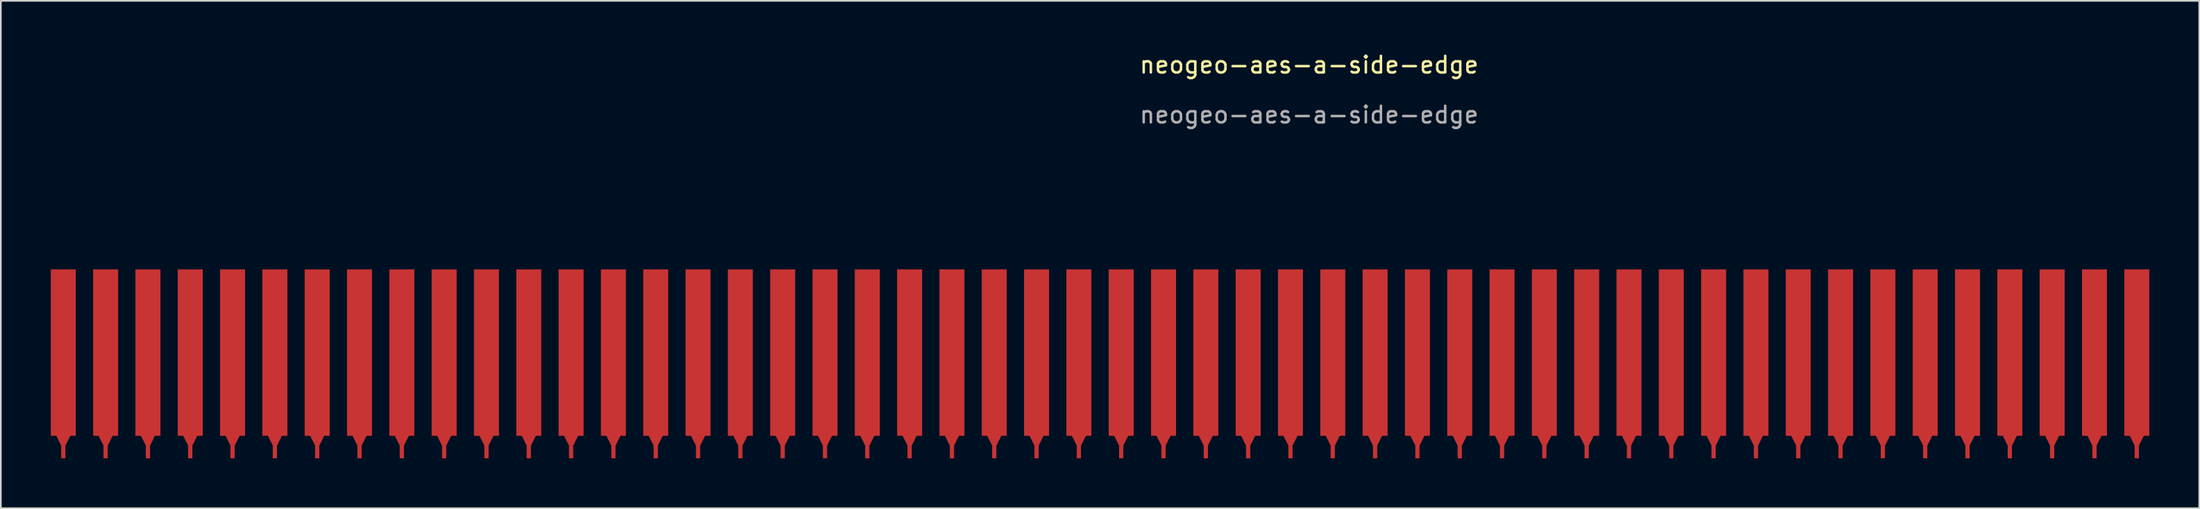
<source format=kicad_pcb>
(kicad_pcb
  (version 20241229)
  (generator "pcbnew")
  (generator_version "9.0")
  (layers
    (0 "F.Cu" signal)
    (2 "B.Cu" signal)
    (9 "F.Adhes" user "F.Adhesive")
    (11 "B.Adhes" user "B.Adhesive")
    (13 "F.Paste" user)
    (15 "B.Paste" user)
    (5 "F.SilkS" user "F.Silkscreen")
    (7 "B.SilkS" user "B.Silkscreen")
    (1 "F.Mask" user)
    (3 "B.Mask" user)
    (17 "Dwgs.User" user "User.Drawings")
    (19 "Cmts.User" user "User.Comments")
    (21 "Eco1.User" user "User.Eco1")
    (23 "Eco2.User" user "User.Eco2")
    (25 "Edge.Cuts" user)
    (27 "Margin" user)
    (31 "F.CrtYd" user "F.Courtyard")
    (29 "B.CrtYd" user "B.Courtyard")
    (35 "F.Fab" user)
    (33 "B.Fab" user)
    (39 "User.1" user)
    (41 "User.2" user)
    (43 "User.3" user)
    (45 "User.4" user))
  (footprint "neogeo-aes-a-side-edge"
    (layer "F.Cu")
    (at 64.25 18.138)
    (property "Reference" "neogeo-aes-a-side-edge" (at 11.28 -17.29 0) (unlocked yes) (layer "F.SilkS") (effects (font (size 1 1) (thickness 0.15))))
    (attr smd)
    (fp_text user "${REFERENCE}" (at 11.28 -14.29 0) (unlocked yes) (layer "F.Fab") (effects (font (size 1 1) (thickness 0.15))))
    (pad "1" connect custom (at 60.96 0) (size 1.5 10) (layers "F.Cu" "F.Mask") (options (anchor rect)) (primitives (gr_poly (pts (xy 0 5.842) (xy -0.508 4.826) (xy 0.508 4.826)) (width 0) (fill yes)) (gr_rect (start -0.127 5) (end 0.127 6.35) (width 0) (fill yes))))
    (pad "2" connect custom (at 58.42 0) (size 1.5 10) (layers "F.Cu" "F.Mask") (options (anchor rect)) (primitives (gr_poly (pts (xy 0 5.842) (xy -0.508 4.826) (xy 0.508 4.826)) (width 0) (fill yes)) (gr_rect (start -0.127 5) (end 0.127 6.35) (width 0) (fill yes))))
    (pad "3" connect custom (at 55.88 0) (size 1.5 10) (layers "F.Cu" "F.Mask") (options (anchor rect)) (primitives (gr_poly (pts (xy 0 5.842) (xy -0.508 4.826) (xy 0.508 4.826)) (width 0) (fill yes)) (gr_rect (start -0.127 5) (end 0.127 6.35) (width 0) (fill yes))))
    (pad "4" connect custom (at 53.34 0) (size 1.5 10) (layers "F.Cu" "F.Mask") (options (anchor rect)) (primitives (gr_poly (pts (xy 0 5.842) (xy -0.508 4.826) (xy 0.508 4.826)) (width 0) (fill yes)) (gr_rect (start -0.127 5) (end 0.127 6.35) (width 0) (fill yes))))
    (pad "5" connect custom (at 50.8 0) (size 1.5 10) (layers "F.Cu" "F.Mask") (options (anchor rect)) (primitives (gr_poly (pts (xy 0 5.842) (xy -0.508 4.826) (xy 0.508 4.826)) (width 0) (fill yes)) (gr_rect (start -0.127 5) (end 0.127 6.35) (width 0) (fill yes))))
    (pad "6" connect custom (at 48.26 0) (size 1.5 10) (layers "F.Cu" "F.Mask") (options (anchor rect)) (primitives (gr_poly (pts (xy 0 5.842) (xy -0.508 4.826) (xy 0.508 4.826)) (width 0) (fill yes)) (gr_rect (start -0.127 5) (end 0.127 6.35) (width 0) (fill yes))))
    (pad "7" connect custom (at 45.72 0) (size 1.5 10) (layers "F.Cu" "F.Mask") (options (anchor rect)) (primitives (gr_poly (pts (xy 0 5.842) (xy -0.508 4.826) (xy 0.508 4.826)) (width 0) (fill yes)) (gr_rect (start -0.127 5) (end 0.127 6.35) (width 0) (fill yes))))
    (pad "8" connect custom (at 43.18 0) (size 1.5 10) (layers "F.Cu" "F.Mask") (options (anchor rect)) (primitives (gr_poly (pts (xy 0 5.842) (xy -0.508 4.826) (xy 0.508 4.826)) (width 0) (fill yes)) (gr_rect (start -0.127 5) (end 0.127 6.35) (width 0) (fill yes))))
    (pad "9" connect custom (at 40.64 0) (size 1.5 10) (layers "F.Cu" "F.Mask") (options (anchor rect)) (primitives (gr_poly (pts (xy 0 5.842) (xy -0.508 4.826) (xy 0.508 4.826)) (width 0) (fill yes)) (gr_rect (start -0.127 5) (end 0.127 6.35) (width 0) (fill yes))))
    (pad "10" connect custom (at 38.1 0) (size 1.5 10) (layers "F.Cu" "F.Mask") (options (anchor rect)) (primitives (gr_poly (pts (xy 0 5.842) (xy -0.508 4.826) (xy 0.508 4.826)) (width 0) (fill yes)) (gr_rect (start -0.127 5) (end 0.127 6.35) (width 0) (fill yes))))
    (pad "11" connect custom (at 35.56 0) (size 1.5 10) (layers "F.Cu" "F.Mask") (options (anchor rect)) (primitives (gr_poly (pts (xy 0 5.842) (xy -0.508 4.826) (xy 0.508 4.826)) (width 0) (fill yes)) (gr_rect (start -0.127 5) (end 0.127 6.35) (width 0) (fill yes))))
    (pad "12" connect custom (at 33.02 0) (size 1.5 10) (layers "F.Cu" "F.Mask") (options (anchor rect)) (primitives (gr_poly (pts (xy 0 5.842) (xy -0.508 4.826) (xy 0.508 4.826)) (width 0) (fill yes)) (gr_rect (start -0.127 5) (end 0.127 6.35) (width 0) (fill yes))))
    (pad "13" connect custom (at 30.48 0) (size 1.5 10) (layers "F.Cu" "F.Mask") (options (anchor rect)) (primitives (gr_poly (pts (xy 0 5.842) (xy -0.508 4.826) (xy 0.508 4.826)) (width 0) (fill yes)) (gr_rect (start -0.127 5) (end 0.127 6.35) (width 0) (fill yes))))
    (pad "14" connect custom (at 27.94 0) (size 1.5 10) (layers "F.Cu" "F.Mask") (options (anchor rect)) (primitives (gr_poly (pts (xy 0 5.842) (xy -0.508 4.826) (xy 0.508 4.826)) (width 0) (fill yes)) (gr_rect (start -0.127 5) (end 0.127 6.35) (width 0) (fill yes))))
    (pad "15" connect custom (at 25.4 0) (size 1.5 10) (layers "F.Cu" "F.Mask") (options (anchor rect)) (primitives (gr_poly (pts (xy 0 5.842) (xy -0.508 4.826) (xy 0.508 4.826)) (width 0) (fill yes)) (gr_rect (start -0.127 5) (end 0.127 6.35) (width 0) (fill yes))))
    (pad "16" connect custom (at 22.86 0) (size 1.5 10) (layers "F.Cu" "F.Mask") (options (anchor rect)) (primitives (gr_poly (pts (xy 0 5.842) (xy -0.508 4.826) (xy 0.508 4.826)) (width 0) (fill yes)) (gr_rect (start -0.127 5) (end 0.127 6.35) (width 0) (fill yes))))
    (pad "17" connect custom (at 20.32 0) (size 1.5 10) (layers "F.Cu" "F.Mask") (options (anchor rect)) (primitives (gr_poly (pts (xy 0 5.842) (xy -0.508 4.826) (xy 0.508 4.826)) (width 0) (fill yes)) (gr_rect (start -0.127 5) (end 0.127 6.35) (width 0) (fill yes))))
    (pad "18" connect custom (at 17.78 0) (size 1.5 10) (layers "F.Cu" "F.Mask") (options (anchor rect)) (primitives (gr_poly (pts (xy 0 5.842) (xy -0.508 4.826) (xy 0.508 4.826)) (width 0) (fill yes)) (gr_rect (start -0.127 5) (end 0.127 6.35) (width 0) (fill yes))))
    (pad "19" connect custom (at 15.24 0) (size 1.5 10) (layers "F.Cu" "F.Mask") (options (anchor rect)) (primitives (gr_poly (pts (xy 0 5.842) (xy -0.508 4.826) (xy 0.508 4.826)) (width 0) (fill yes)) (gr_rect (start -0.127 5) (end 0.127 6.35) (width 0) (fill yes))))
    (pad "20" connect custom (at 12.7 0) (size 1.5 10) (layers "F.Cu" "F.Mask") (options (anchor rect)) (primitives (gr_poly (pts (xy 0 5.842) (xy -0.508 4.826) (xy 0.508 4.826)) (width 0) (fill yes)) (gr_rect (start -0.127 5) (end 0.127 6.35) (width 0) (fill yes))))
    (pad "21" connect custom (at 10.16 0) (size 1.5 10) (layers "F.Cu" "F.Mask") (options (anchor rect)) (primitives (gr_poly (pts (xy 0 5.842) (xy -0.508 4.826) (xy 0.508 4.826)) (width 0) (fill yes)) (gr_rect (start -0.127 5) (end 0.127 6.35) (width 0) (fill yes))))
    (pad "22" connect custom (at 7.62 0) (size 1.5 10) (layers "F.Cu" "F.Mask") (options (anchor rect)) (primitives (gr_poly (pts (xy 0 5.842) (xy -0.508 4.826) (xy 0.508 4.826)) (width 0) (fill yes)) (gr_rect (start -0.127 5) (end 0.127 6.35) (width 0) (fill yes))))
    (pad "23" connect custom (at 5.08 0) (size 1.5 10) (layers "F.Cu" "F.Mask") (options (anchor rect)) (primitives (gr_poly (pts (xy 0 5.842) (xy -0.508 4.826) (xy 0.508 4.826)) (width 0) (fill yes)) (gr_rect (start -0.127 5) (end 0.127 6.35) (width 0) (fill yes))))
    (pad "24" connect custom (at 2.54 0) (size 1.5 10) (layers "F.Cu" "F.Mask") (options (anchor rect)) (primitives (gr_poly (pts (xy 0 5.842) (xy -0.508 4.826) (xy 0.508 4.826)) (width 0) (fill yes)) (gr_rect (start -0.127 5) (end 0.127 6.35) (width 0) (fill yes))))
    (pad "25" connect custom (at 0 0) (size 1.5 10) (layers "F.Cu" "F.Mask") (options (anchor rect)) (primitives (gr_poly (pts (xy 0 5.842) (xy -0.508 4.826) (xy 0.508 4.826)) (width 0) (fill yes)) (gr_rect (start -0.127 5) (end 0.127 6.35) (width 0) (fill yes))))
    (pad "26" connect custom (at -2.54 0) (size 1.5 10) (layers "F.Cu" "F.Mask") (options (anchor rect)) (primitives (gr_poly (pts (xy 0 5.842) (xy -0.508 4.826) (xy 0.508 4.826)) (width 0) (fill yes)) (gr_rect (start -0.127 5) (end 0.127 6.35) (width 0) (fill yes))))
    (pad "27" connect custom (at -5.08 0) (size 1.5 10) (layers "F.Cu" "F.Mask") (options (anchor rect)) (primitives (gr_poly (pts (xy 0 5.842) (xy -0.508 4.826) (xy 0.508 4.826)) (width 0) (fill yes)) (gr_rect (start -0.127 5) (end 0.127 6.35) (width 0) (fill yes))))
    (pad "28" connect custom (at -7.62 0) (size 1.5 10) (layers "F.Cu" "F.Mask") (options (anchor rect)) (primitives (gr_poly (pts (xy 0 5.842) (xy -0.508 4.826) (xy 0.508 4.826)) (width 0) (fill yes)) (gr_rect (start -0.127 5) (end 0.127 6.35) (width 0) (fill yes))))
    (pad "29" connect custom (at -10.16 0) (size 1.5 10) (layers "F.Cu" "F.Mask") (options (anchor rect)) (primitives (gr_poly (pts (xy 0 5.842) (xy -0.508 4.826) (xy 0.508 4.826)) (width 0) (fill yes)) (gr_rect (start -0.127 5) (end 0.127 6.35) (width 0) (fill yes))))
    (pad "30" connect custom (at -12.7 0) (size 1.5 10) (layers "F.Cu" "F.Mask") (options (anchor rect)) (primitives (gr_poly (pts (xy 0 5.842) (xy -0.508 4.826) (xy 0.508 4.826)) (width 0) (fill yes)) (gr_rect (start -0.127 5) (end 0.127 6.35) (width 0) (fill yes))))
    (pad "31" connect custom (at -15.24 0) (size 1.5 10) (layers "F.Cu" "F.Mask") (options (anchor rect)) (primitives (gr_poly (pts (xy 0 5.842) (xy -0.508 4.826) (xy 0.508 4.826)) (width 0) (fill yes)) (gr_rect (start -0.127 5) (end 0.127 6.35) (width 0) (fill yes))))
    (pad "32" connect custom (at -17.78 0) (size 1.5 10) (layers "F.Cu" "F.Mask") (options (anchor rect)) (primitives (gr_poly (pts (xy 0 5.842) (xy -0.508 4.826) (xy 0.508 4.826)) (width 0) (fill yes)) (gr_rect (start -0.127 5) (end 0.127 6.35) (width 0) (fill yes))))
    (pad "33" connect custom (at -20.32 0) (size 1.5 10) (layers "F.Cu" "F.Mask") (options (anchor rect)) (primitives (gr_poly (pts (xy 0 5.842) (xy -0.508 4.826) (xy 0.508 4.826)) (width 0) (fill yes)) (gr_rect (start -0.127 5) (end 0.127 6.35) (width 0) (fill yes))))
    (pad "34" connect custom (at -22.86 0) (size 1.5 10) (layers "F.Cu" "F.Mask") (options (anchor rect)) (primitives (gr_poly (pts (xy 0 5.842) (xy -0.508 4.826) (xy 0.508 4.826)) (width 0) (fill yes)) (gr_rect (start -0.127 5) (end 0.127 6.35) (width 0) (fill yes))))
    (pad "35" connect custom (at -25.4 0) (size 1.5 10) (layers "F.Cu" "F.Mask") (options (anchor rect)) (primitives (gr_poly (pts (xy 0 5.842) (xy -0.508 4.826) (xy 0.508 4.826)) (width 0) (fill yes)) (gr_rect (start -0.127 5) (end 0.127 6.35) (width 0) (fill yes))))
    (pad "36" connect custom (at -27.94 0) (size 1.5 10) (layers "F.Cu" "F.Mask") (options (anchor rect)) (primitives (gr_poly (pts (xy 0 5.842) (xy -0.508 4.826) (xy 0.508 4.826)) (width 0) (fill yes)) (gr_rect (start -0.127 5) (end 0.127 6.35) (width 0) (fill yes))))
    (pad "37" connect custom (at -30.48 0) (size 1.5 10) (layers "F.Cu" "F.Mask") (options (anchor rect)) (primitives (gr_poly (pts (xy 0 5.842) (xy -0.508 4.826) (xy 0.508 4.826)) (width 0) (fill yes)) (gr_rect (start -0.127 5) (end 0.127 6.35) (width 0) (fill yes))))
    (pad "38" connect custom (at -33.02 0) (size 1.5 10) (layers "F.Cu" "F.Mask") (options (anchor rect)) (primitives (gr_poly (pts (xy 0 5.842) (xy -0.508 4.826) (xy 0.508 4.826)) (width 0) (fill yes)) (gr_rect (start -0.127 5) (end 0.127 6.35) (width 0) (fill yes))))
    (pad "39" connect custom (at -35.56 0) (size 1.5 10) (layers "F.Cu" "F.Mask") (options (anchor rect)) (primitives (gr_poly (pts (xy 0 5.842) (xy -0.508 4.826) (xy 0.508 4.826)) (width 0) (fill yes)) (gr_rect (start -0.127 5) (end 0.127 6.35) (width 0) (fill yes))))
    (pad "40" connect custom (at -38.1 0) (size 1.5 10) (layers "F.Cu" "F.Mask") (options (anchor rect)) (primitives (gr_poly (pts (xy 0 5.842) (xy -0.508 4.826) (xy 0.508 4.826)) (width 0) (fill yes)) (gr_rect (start -0.127 5) (end 0.127 6.35) (width 0) (fill yes))))
    (pad "41" connect custom (at -40.64 0) (size 1.5 10) (layers "F.Cu" "F.Mask") (options (anchor rect)) (primitives (gr_poly (pts (xy 0 5.842) (xy -0.508 4.826) (xy 0.508 4.826)) (width 0) (fill yes)) (gr_rect (start -0.127 5) (end 0.127 6.35) (width 0) (fill yes))))
    (pad "42" connect custom (at -43.18 0) (size 1.5 10) (layers "F.Cu" "F.Mask") (options (anchor rect)) (primitives (gr_poly (pts (xy 0 5.842) (xy -0.508 4.826) (xy 0.508 4.826)) (width 0) (fill yes)) (gr_rect (start -0.127 5) (end 0.127 6.35) (width 0) (fill yes))))
    (pad "43" connect custom (at -45.72 0) (size 1.5 10) (layers "F.Cu" "F.Mask") (options (anchor rect)) (primitives (gr_poly (pts (xy 0 5.842) (xy -0.508 4.826) (xy 0.508 4.826)) (width 0) (fill yes)) (gr_rect (start -0.127 5) (end 0.127 6.35) (width 0) (fill yes))))
    (pad "44" connect custom (at -48.26 0) (size 1.5 10) (layers "F.Cu" "F.Mask") (options (anchor rect)) (primitives (gr_poly (pts (xy 0 5.842) (xy -0.508 4.826) (xy 0.508 4.826)) (width 0) (fill yes)) (gr_rect (start -0.127 5) (end 0.127 6.35) (width 0) (fill yes))))
    (pad "45" connect custom (at -50.8 0) (size 1.5 10) (layers "F.Cu" "F.Mask") (options (anchor rect)) (primitives (gr_poly (pts (xy 0 5.842) (xy -0.508 4.826) (xy 0.508 4.826)) (width 0) (fill yes)) (gr_rect (start -0.127 5) (end 0.127 6.35) (width 0) (fill yes))))
    (pad "46" connect custom (at -53.34 0) (size 1.5 10) (layers "F.Cu" "F.Mask") (options (anchor rect)) (primitives (gr_poly (pts (xy 0 5.842) (xy -0.508 4.826) (xy 0.508 4.826)) (width 0) (fill yes)) (gr_rect (start -0.127 5) (end 0.127 6.35) (width 0) (fill yes))))
    (pad "47" connect custom (at -55.88 0) (size 1.5 10) (layers "F.Cu" "F.Mask") (options (anchor rect)) (primitives (gr_poly (pts (xy 0 5.842) (xy -0.508 4.826) (xy 0.508 4.826)) (width 0) (fill yes)) (gr_rect (start -0.127 5) (end 0.127 6.35) (width 0) (fill yes))))
    (pad "48" connect custom (at -58.42 0) (size 1.5 10) (layers "F.Cu" "F.Mask") (options (anchor rect)) (primitives (gr_poly (pts (xy 0 5.842) (xy -0.508 4.826) (xy 0.508 4.826)) (width 0) (fill yes)) (gr_rect (start -0.127 5) (end 0.127 6.35) (width 0) (fill yes))))
    (pad "49" connect custom (at -60.96 0) (size 1.5 10) (layers "F.Cu" "F.Mask") (options (anchor rect)) (primitives (gr_poly (pts (xy 0 5.842) (xy -0.508 4.826) (xy 0.508 4.826)) (width 0) (fill yes)) (gr_rect (start -0.127 5) (end 0.127 6.35) (width 0) (fill yes))))
    (pad "50" connect custom (at -63.5 0) (size 1.5 10) (layers "F.Cu" "F.Mask") (options (anchor rect)) (primitives (gr_poly (pts (xy 0 5.842) (xy -0.508 4.826) (xy 0.508 4.826)) (width 0) (fill yes)) (gr_rect (start -0.127 5) (end 0.127 6.35) (width 0) (fill yes)))))
  (gr_rect
    (start -3 -3)
    (end 128.96 27.488)
    (stroke (width 0.1) (type default))
    (fill no)
    (layer "Edge.Cuts")))
</source>
